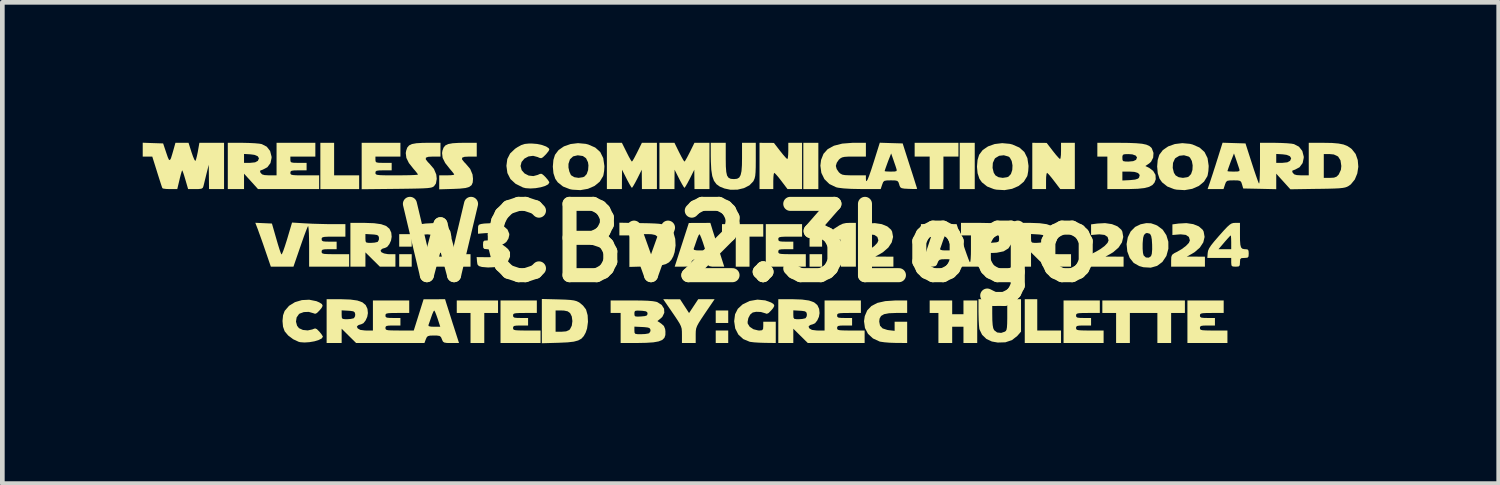
<source format=kicad_pcb>
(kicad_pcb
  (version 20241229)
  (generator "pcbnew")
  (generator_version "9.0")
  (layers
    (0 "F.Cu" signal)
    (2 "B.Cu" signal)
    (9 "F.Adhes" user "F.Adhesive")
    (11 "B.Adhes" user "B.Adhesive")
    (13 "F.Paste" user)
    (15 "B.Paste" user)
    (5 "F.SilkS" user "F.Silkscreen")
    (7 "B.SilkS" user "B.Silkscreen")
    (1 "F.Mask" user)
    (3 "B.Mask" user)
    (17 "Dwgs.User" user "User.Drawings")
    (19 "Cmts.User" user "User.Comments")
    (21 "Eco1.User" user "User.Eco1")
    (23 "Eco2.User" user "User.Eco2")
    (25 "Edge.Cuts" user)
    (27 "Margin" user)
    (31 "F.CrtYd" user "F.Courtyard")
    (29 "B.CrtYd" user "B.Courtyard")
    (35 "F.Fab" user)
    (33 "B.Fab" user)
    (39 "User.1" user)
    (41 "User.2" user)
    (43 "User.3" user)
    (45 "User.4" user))
  (footprint "WCBv2.3Logo"
    (layer "F.Cu")
    (at 12.967 2.141)
    (property "Reference" "WCBv2.3Logo" (at 0 0 0) (layer "F.SilkS") (effects (font (size 1.524 1.524) (thickness 0.3))))
    (attr board_only exclude_from_pos_files exclude_from_bom)
    (fp_poly (pts (xy -7.219 0.08) (xy -7.486 0.08) (xy -7.486 -0.187) (xy -7.219 -0.187)) (stroke (width 0) (type solid)) (fill yes) (layer "F.SilkS"))
    (fp_poly (pts (xy -7.219 0.508) (xy -7.486 0.508) (xy -7.486 0.241) (xy -7.219 0.241)) (stroke (width 0) (type solid)) (fill yes) (layer "F.SilkS"))
    (fp_poly (pts (xy -5.962 0.508) (xy -6.23 0.508) (xy -6.23 0.241) (xy -5.962 0.241)) (stroke (width 0) (type solid)) (fill yes) (layer "F.SilkS"))
    (fp_poly (pts (xy -0.455 1.711) (xy -0.722 1.711) (xy -0.722 1.444) (xy -0.455 1.444)) (stroke (width 0) (type solid)) (fill yes) (layer "F.SilkS"))
    (fp_poly (pts (xy -0.455 2.139) (xy -0.722 2.139) (xy -0.722 1.872) (xy -0.455 1.872)) (stroke (width 0) (type solid)) (fill yes) (layer "F.SilkS"))
    (fp_poly (pts (xy 1.471 -1.15) (xy 1.15 -1.15) (xy 1.15 -2.139) (xy 1.471 -2.139)) (stroke (width 0) (type solid)) (fill yes) (layer "F.SilkS"))
    (fp_poly (pts (xy 1.551 0.08) (xy 1.283 0.08) (xy 1.283 -0.187) (xy 1.551 -0.187)) (stroke (width 0) (type solid)) (fill yes) (layer "F.SilkS"))
    (fp_poly (pts (xy 1.551 0.508) (xy 1.283 0.508) (xy 1.283 0.241) (xy 1.551 0.241)) (stroke (width 0) (type solid)) (fill yes) (layer "F.SilkS"))
    (fp_poly (pts (xy 4.813 -1.15) (xy 4.492 -1.15) (xy 4.492 -2.139) (xy 4.813 -2.139)) (stroke (width 0) (type solid)) (fill yes) (layer "F.SilkS"))
    (fp_poly (pts (xy -8.877 -1.444) (xy -8.342 -1.444) (xy -8.342 -1.15) (xy -9.171 -1.15) (xy -9.171 -2.139) (xy -8.877 -2.139)) (stroke (width 0) (type solid)) (fill yes) (layer "F.SilkS"))
    (fp_poly (pts (xy 6.149 1.872) (xy 6.657 1.872) (xy 6.657 2.139) (xy 5.882 2.139) (xy 5.882 1.203) (xy 6.149 1.203)) (stroke (width 0) (type solid)) (fill yes) (layer "F.SilkS"))
    (fp_poly (pts (xy -5.374 1.497) (xy -5.668 1.497) (xy -5.668 2.139) (xy -5.962 2.139) (xy -5.962 1.497) (xy -6.256 1.497) (xy -6.256 1.23) (xy -5.374 1.23)) (stroke (width 0) (type solid)) (fill yes) (layer "F.SilkS"))
    (fp_poly (pts (xy 0.294 -0.134) (xy 0 -0.134) (xy 0 0.508) (xy -0.294 0.508) (xy -0.294 -0.134) (xy -0.588 -0.134) (xy -0.588 -0.401) (xy 0.294 -0.401)) (stroke (width 0) (type solid)) (fill yes) (layer "F.SilkS"))
    (fp_poly (pts (xy 4.465 -1.845) (xy 4.144 -1.845) (xy 4.144 -1.15) (xy 3.85 -1.15) (xy 3.85 -1.845) (xy 3.529 -1.845) (xy 3.529 -2.139) (xy 4.465 -2.139)) (stroke (width 0) (type solid)) (fill yes) (layer "F.SilkS"))
    (fp_poly (pts (xy 9.304 1.497) (xy 9.01 1.497) (xy 9.01 2.139) (xy 8.716 2.139) (xy 8.716 1.497) (xy 8.128 1.497) (xy 8.128 2.139) (xy 7.834 2.139) (xy 7.834 1.497) (xy 7.54 1.497) (xy 7.54 1.23) (xy 9.304 1.23)) (stroke (width 0) (type solid)) (fill yes) (layer "F.SilkS"))
    (fp_poly (pts (xy 4.331 1.524) (xy 4.572 1.524) (xy 4.572 1.23) (xy 4.866 1.23) (xy 4.866 2.139) (xy 4.572 2.139) (xy 4.572 1.791) (xy 4.331 1.791) (xy 4.331 2.139) (xy 4.037 2.139) (xy 4.037 1.497) (xy 3.85 1.497) (xy 3.85 1.23) (xy 4.331 1.23)) (stroke (width 0) (type solid)) (fill yes) (layer "F.SilkS"))
    (fp_poly (pts (xy 2.273 0.508) (xy 1.952 0.508) (xy 1.952 0.214) (xy 1.95 0.096) (xy 1.946 0.000201) (xy 1.941 -0.062) (xy 1.935 -0.08) (xy 1.903 -0.067) (xy 1.846 -0.035) (xy 1.828 -0.024) (xy 1.737 0.032) (xy 1.697 -0.064) (xy 1.672 -0.13) (xy 1.658 -0.175) (xy 1.658 -0.18) (xy 1.678 -0.204) (xy 1.733 -0.248) (xy 1.81 -0.304) (xy 1.825 -0.314) (xy 1.92 -0.375) (xy 1.993 -0.41) (xy 2.063 -0.425) (xy 2.132 -0.428) (xy 2.273 -0.428)) (stroke (width 0) (type solid)) (fill yes) (layer "F.SilkS"))
    (fp_poly (pts (xy 6.952 -1.15) (xy 6.641 -1.15) (xy 6.509 -1.323) (xy 6.446 -1.404) (xy 6.394 -1.465) (xy 6.362 -1.495) (xy 6.357 -1.497) (xy 6.347 -1.473) (xy 6.339 -1.409) (xy 6.337 -1.323) (xy 6.337 -1.15) (xy 6.043 -1.15) (xy 6.043 -2.139) (xy 6.35 -2.137) (xy 6.483 -1.964) (xy 6.547 -1.884) (xy 6.6 -1.824) (xy 6.633 -1.793) (xy 6.637 -1.791) (xy 6.647 -1.816) (xy 6.655 -1.88) (xy 6.657 -1.965) (xy 6.657 -2.139) (xy 6.952 -2.139)) (stroke (width 0) (type solid)) (fill yes) (layer "F.SilkS"))
    (fp_poly (pts (xy -0.948 1.5) (xy -1.029 1.621) (xy -1.085 1.709) (xy -1.12 1.774) (xy -1.14 1.829) (xy -1.148 1.883) (xy -1.15 1.949) (xy -1.15 1.968) (xy -1.15 2.139) (xy -1.444 2.139) (xy -1.444 1.962) (xy -1.445 1.89) (xy -1.45 1.832) (xy -1.466 1.779) (xy -1.496 1.718) (xy -1.546 1.639) (xy -1.619 1.53) (xy -1.644 1.494) (xy -1.844 1.203) (xy -1.664 1.204) (xy -1.484 1.204) (xy -1.292 1.499) (xy -1.194 1.351) (xy -1.096 1.203) (xy -0.746 1.203)) (stroke (width 0) (type solid)) (fill yes) (layer "F.SilkS"))
    (fp_poly (pts (xy 1.123 -1.15) (xy 0.812 -1.15) (xy 0.681 -1.323) (xy 0.618 -1.404) (xy 0.565 -1.465) (xy 0.533 -1.495) (xy 0.529 -1.497) (xy 0.518 -1.473) (xy 0.511 -1.409) (xy 0.508 -1.323) (xy 0.508 -1.15) (xy 0.214 -1.15) (xy 0.214 -2.139) (xy 0.368 -2.138) (xy 0.521 -2.137) (xy 0.655 -1.964) (xy 0.719 -1.884) (xy 0.772 -1.824) (xy 0.804 -1.793) (xy 0.808 -1.791) (xy 0.819 -1.816) (xy 0.826 -1.88) (xy 0.829 -1.965) (xy 0.829 -2.139) (xy 1.123 -2.139)) (stroke (width 0) (type solid)) (fill yes) (layer "F.SilkS"))
    (fp_poly (pts (xy -4.545 1.497) (xy -4.799 1.497) (xy -4.917 1.498) (xy -4.992 1.502) (xy -5.033 1.511) (xy -5.05 1.527) (xy -5.053 1.551) (xy -5.047 1.581) (xy -5.022 1.597) (xy -4.964 1.603) (xy -4.893 1.604) (xy -4.732 1.604) (xy -4.732 1.765) (xy -4.893 1.765) (xy -4.982 1.767) (xy -5.031 1.775) (xy -5.05 1.794) (xy -5.053 1.818) (xy -5.05 1.842) (xy -5.034 1.857) (xy -4.995 1.866) (xy -4.925 1.87) (xy -4.815 1.872) (xy -4.759 1.872) (xy -4.465 1.872) (xy -4.465 2.139) (xy -5.321 2.139) (xy -5.321 1.23) (xy -4.545 1.23)) (stroke (width 0) (type solid)) (fill yes) (layer "F.SilkS"))
    (fp_poly (pts (xy 1.123 -0.134) (xy 0.869 -0.134) (xy 0.751 -0.133) (xy 0.676 -0.129) (xy 0.636 -0.12) (xy 0.618 -0.104) (xy 0.615 -0.08) (xy 0.621 -0.05) (xy 0.647 -0.034) (xy 0.704 -0.028) (xy 0.775 -0.027) (xy 0.936 -0.027) (xy 0.936 0.134) (xy 0.775 0.134) (xy 0.686 0.136) (xy 0.637 0.144) (xy 0.618 0.163) (xy 0.615 0.187) (xy 0.618 0.211) (xy 0.635 0.226) (xy 0.673 0.235) (xy 0.743 0.239) (xy 0.854 0.241) (xy 0.909 0.241) (xy 1.203 0.241) (xy 1.203 0.508) (xy 0.348 0.508) (xy 0.348 -0.401) (xy 1.123 -0.401)) (stroke (width 0) (type solid)) (fill yes) (layer "F.SilkS"))
    (fp_poly (pts (xy 7.486 1.497) (xy 7.232 1.497) (xy 7.114 1.498) (xy 7.04 1.502) (xy 6.999 1.511) (xy 6.982 1.527) (xy 6.978 1.551) (xy 6.984 1.581) (xy 7.01 1.597) (xy 7.068 1.603) (xy 7.139 1.604) (xy 7.299 1.604) (xy 7.299 1.765) (xy 7.139 1.765) (xy 7.049 1.767) (xy 7.001 1.775) (xy 6.981 1.794) (xy 6.978 1.818) (xy 6.982 1.842) (xy 6.998 1.857) (xy 7.037 1.866) (xy 7.106 1.87) (xy 7.217 1.872) (xy 7.272 1.872) (xy 7.567 1.872) (xy 7.567 2.139) (xy 6.711 2.139) (xy 6.711 1.23) (xy 7.486 1.23)) (stroke (width 0) (type solid)) (fill yes) (layer "F.SilkS"))
    (fp_poly (pts (xy 10.133 1.497) (xy 9.879 1.497) (xy 9.761 1.498) (xy 9.687 1.502) (xy 9.646 1.511) (xy 9.629 1.527) (xy 9.625 1.551) (xy 9.631 1.581) (xy 9.657 1.597) (xy 9.715 1.603) (xy 9.786 1.604) (xy 9.946 1.604) (xy 9.946 1.765) (xy 9.786 1.765) (xy 9.696 1.767) (xy 9.648 1.775) (xy 9.628 1.794) (xy 9.625 1.818) (xy 9.629 1.842) (xy 9.645 1.857) (xy 9.683 1.866) (xy 9.753 1.87) (xy 9.864 1.872) (xy 9.919 1.872) (xy 10.213 1.872) (xy 10.213 2.139) (xy 9.358 2.139) (xy 9.358 1.23) (xy 10.133 1.23)) (stroke (width 0) (type solid)) (fill yes) (layer "F.SilkS"))
    (fp_poly (pts (xy -2.627 -1.938) (xy -2.581 -1.847) (xy -2.542 -1.777) (xy -2.517 -1.741) (xy -2.513 -1.738) (xy -2.495 -1.76) (xy -2.461 -1.819) (xy -2.416 -1.905) (xy -2.399 -1.938) (xy -2.3 -2.139) (xy -1.979 -2.139) (xy -1.979 -1.15) (xy -2.299 -1.15) (xy -2.301 -1.357) (xy -2.303 -1.564) (xy -2.4 -1.37) (xy -2.447 -1.281) (xy -2.486 -1.213) (xy -2.51 -1.179) (xy -2.513 -1.176) (xy -2.531 -1.199) (xy -2.566 -1.257) (xy -2.612 -1.342) (xy -2.626 -1.37) (xy -2.724 -1.564) (xy -2.726 -1.357) (xy -2.727 -1.15) (xy -3.048 -1.15) (xy -3.048 -2.139) (xy -2.727 -2.139)) (stroke (width 0) (type solid)) (fill yes) (layer "F.SilkS"))
    (fp_poly (pts (xy -1.505 -1.938) (xy -1.458 -1.847) (xy -1.419 -1.777) (xy -1.394 -1.741) (xy -1.39 -1.738) (xy -1.372 -1.76) (xy -1.338 -1.819) (xy -1.293 -1.905) (xy -1.276 -1.938) (xy -1.177 -2.139) (xy -0.856 -2.139) (xy -0.856 -1.15) (xy -1.176 -1.15) (xy -1.178 -1.357) (xy -1.18 -1.564) (xy -1.277 -1.37) (xy -1.324 -1.281) (xy -1.363 -1.213) (xy -1.387 -1.179) (xy -1.39 -1.176) (xy -1.408 -1.199) (xy -1.443 -1.257) (xy -1.489 -1.342) (xy -1.503 -1.37) (xy -1.601 -1.564) (xy -1.603 -1.357) (xy -1.604 -1.15) (xy -1.925 -1.15) (xy -1.925 -2.139) (xy -1.604 -2.139)) (stroke (width 0) (type solid)) (fill yes) (layer "F.SilkS"))
    (fp_poly (pts (xy -6.612 -0.401) (xy -6.494 -0.353) (xy -6.413 -0.282) (xy -6.391 -0.242) (xy -6.37 -0.128) (xy -6.399 -0.011) (xy -6.472 0.1) (xy -6.586 0.199) (xy -6.656 0.241) (xy -6.751 0.292) (xy -6.557 0.293) (xy -6.363 0.294) (xy -6.363 0.508) (xy -7.085 0.508) (xy -7.085 0.38) (xy -7.082 0.301) (xy -7.065 0.255) (xy -7.021 0.221) (xy -6.971 0.196) (xy -6.86 0.133) (xy -6.769 0.065) (xy -6.707 -0.000488) (xy -6.684 -0.054) (xy -6.706 -0.128) (xy -6.772 -0.171) (xy -6.88 -0.183) (xy -6.916 -0.181) (xy -7.059 -0.169) (xy -7.059 -0.396) (xy -6.925 -0.414) (xy -6.759 -0.423)) (stroke (width 0) (type solid)) (fill yes) (layer "F.SilkS"))
    (fp_poly (pts (xy 2.826 -0.401) (xy 2.944 -0.353) (xy 3.025 -0.282) (xy 3.047 -0.242) (xy 3.068 -0.128) (xy 3.039 -0.011) (xy 2.966 0.1) (xy 2.852 0.199) (xy 2.782 0.241) (xy 2.687 0.292) (xy 2.881 0.293) (xy 3.075 0.294) (xy 3.075 0.508) (xy 2.353 0.508) (xy 2.353 0.38) (xy 2.356 0.301) (xy 2.373 0.255) (xy 2.417 0.221) (xy 2.467 0.196) (xy 2.578 0.133) (xy 2.669 0.065) (xy 2.731 -0.000488) (xy 2.754 -0.054) (xy 2.732 -0.128) (xy 2.666 -0.171) (xy 2.558 -0.183) (xy 2.522 -0.181) (xy 2.38 -0.169) (xy 2.38 -0.396) (xy 2.513 -0.414) (xy 2.679 -0.423)) (stroke (width 0) (type solid)) (fill yes) (layer "F.SilkS"))
    (fp_poly (pts (xy 7.746 -0.401) (xy 7.864 -0.353) (xy 7.945 -0.282) (xy 7.967 -0.242) (xy 7.987 -0.128) (xy 7.959 -0.011) (xy 7.886 0.1) (xy 7.772 0.199) (xy 7.702 0.241) (xy 7.607 0.292) (xy 7.8 0.293) (xy 7.994 0.294) (xy 7.994 0.508) (xy 7.272 0.508) (xy 7.272 0.38) (xy 7.275 0.301) (xy 7.292 0.255) (xy 7.337 0.221) (xy 7.387 0.196) (xy 7.497 0.133) (xy 7.589 0.065) (xy 7.651 -0.000488) (xy 7.673 -0.054) (xy 7.652 -0.128) (xy 7.586 -0.171) (xy 7.478 -0.183) (xy 7.441 -0.181) (xy 7.299 -0.169) (xy 7.299 -0.396) (xy 7.432 -0.414) (xy 7.599 -0.423)) (stroke (width 0) (type solid)) (fill yes) (layer "F.SilkS"))
    (fp_poly (pts (xy 9.483 -0.401) (xy 9.602 -0.353) (xy 9.683 -0.282) (xy 9.705 -0.242) (xy 9.725 -0.128) (xy 9.697 -0.011) (xy 9.624 0.1) (xy 9.51 0.199) (xy 9.44 0.241) (xy 9.345 0.292) (xy 9.538 0.293) (xy 9.732 0.294) (xy 9.732 0.508) (xy 9.01 0.508) (xy 9.01 0.38) (xy 9.013 0.301) (xy 9.03 0.255) (xy 9.075 0.221) (xy 9.125 0.196) (xy 9.235 0.133) (xy 9.326 0.065) (xy 9.389 -0.000488) (xy 9.411 -0.054) (xy 9.389 -0.128) (xy 9.324 -0.171) (xy 9.216 -0.183) (xy 9.179 -0.181) (xy 9.037 -0.169) (xy 9.037 -0.396) (xy 9.17 -0.414) (xy 9.337 -0.423)) (stroke (width 0) (type solid)) (fill yes) (layer "F.SilkS"))
    (fp_poly (pts (xy 3.369 1.497) (xy 3.131 1.497) (xy 2.981 1.503) (xy 2.876 1.523) (xy 2.811 1.561) (xy 2.779 1.619) (xy 2.772 1.682) (xy 2.789 1.769) (xy 2.844 1.827) (xy 2.942 1.859) (xy 2.978 1.865) (xy 3.101 1.879) (xy 3.101 1.684) (xy 3.369 1.684) (xy 3.369 2.139) (xy 3.122 2.137) (xy 3 2.133) (xy 2.887 2.124) (xy 2.803 2.112) (xy 2.782 2.108) (xy 2.639 2.042) (xy 2.532 1.943) (xy 2.467 1.818) (xy 2.447 1.673) (xy 2.463 1.564) (xy 2.516 1.441) (xy 2.605 1.348) (xy 2.732 1.282) (xy 2.901 1.244) (xy 3.115 1.23) (xy 3.133 1.23) (xy 3.369 1.23)) (stroke (width 0) (type solid)) (fill yes) (layer "F.SilkS"))
    (fp_poly (pts (xy 5.187 1.505) (xy 5.189 1.651) (xy 5.196 1.754) (xy 5.208 1.822) (xy 5.228 1.865) (xy 5.229 1.866) (xy 5.292 1.914) (xy 5.378 1.923) (xy 5.456 1.897) (xy 5.478 1.881) (xy 5.492 1.854) (xy 5.501 1.806) (xy 5.506 1.728) (xy 5.508 1.611) (xy 5.508 1.536) (xy 5.508 1.203) (xy 5.802 1.203) (xy 5.802 1.896) (xy 5.722 1.988) (xy 5.609 2.077) (xy 5.468 2.124) (xy 5.304 2.129) (xy 5.179 2.107) (xy 5.062 2.052) (xy 4.97 1.963) (xy 4.916 1.852) (xy 4.91 1.827) (xy 4.903 1.754) (xy 4.897 1.647) (xy 4.894 1.523) (xy 4.893 1.464) (xy 4.893 1.203) (xy 5.187 1.203)) (stroke (width 0) (type solid)) (fill yes) (layer "F.SilkS"))
    (fp_poly (pts (xy -5.829 -1.845) (xy -5.989 -1.845) (xy -6.09 -1.84) (xy -6.141 -1.821) (xy -6.143 -1.785) (xy -6.099 -1.728) (xy -6.067 -1.696) (xy -5.969 -1.581) (xy -5.919 -1.462) (xy -5.909 -1.369) (xy -5.915 -1.291) (xy -5.939 -1.235) (xy -5.989 -1.197) (xy -6.071 -1.173) (xy -6.192 -1.16) (xy -6.326 -1.154) (xy -6.631 -1.145) (xy -6.631 -1.444) (xy -6.47 -1.444) (xy -6.386 -1.446) (xy -6.328 -1.453) (xy -6.31 -1.461) (xy -6.326 -1.488) (xy -6.369 -1.541) (xy -6.404 -1.582) (xy -6.503 -1.707) (xy -6.558 -1.817) (xy -6.57 -1.92) (xy -6.562 -1.971) (xy -6.538 -2.037) (xy -6.5 -2.083) (xy -6.437 -2.113) (xy -6.343 -2.13) (xy -6.209 -2.138) (xy -6.116 -2.139) (xy -5.829 -2.139)) (stroke (width 0) (type solid)) (fill yes) (layer "F.SilkS"))
    (fp_poly (pts (xy -0.508 -1.796) (xy -0.506 -1.634) (xy -0.497 -1.517) (xy -0.48 -1.44) (xy -0.449 -1.393) (xy -0.403 -1.37) (xy -0.338 -1.364) (xy -0.327 -1.364) (xy -0.265 -1.371) (xy -0.22 -1.397) (xy -0.19 -1.45) (xy -0.171 -1.535) (xy -0.162 -1.661) (xy -0.16 -1.811) (xy -0.16 -2.139) (xy 0.134 -2.139) (xy 0.134 -1.771) (xy 0.133 -1.619) (xy 0.129 -1.51) (xy 0.122 -1.433) (xy 0.109 -1.378) (xy 0.09 -1.334) (xy 0.08 -1.315) (xy -0.001 -1.231) (xy -0.118 -1.171) (xy -0.257 -1.138) (xy -0.407 -1.136) (xy -0.536 -1.163) (xy -0.633 -1.202) (xy -0.707 -1.255) (xy -0.76 -1.328) (xy -0.796 -1.428) (xy -0.817 -1.564) (xy -0.826 -1.741) (xy -0.828 -1.852) (xy -0.829 -2.139) (xy -0.508 -2.139)) (stroke (width 0) (type solid)) (fill yes) (layer "F.SilkS"))
    (fp_poly (pts (xy -4.084 1.207) (xy -3.935 1.212) (xy -3.828 1.219) (xy -3.753 1.229) (xy -3.697 1.244) (xy -3.65 1.266) (xy -3.632 1.277) (xy -3.558 1.339) (xy -3.5 1.414) (xy -3.492 1.428) (xy -3.459 1.546) (xy -3.452 1.687) (xy -3.471 1.828) (xy -3.501 1.917) (xy -3.542 1.991) (xy -3.592 2.046) (xy -3.66 2.084) (xy -3.755 2.11) (xy -3.885 2.125) (xy -4.058 2.133) (xy -4.084 2.134) (xy -4.438 2.144) (xy -4.438 1.898) (xy -4.144 1.898) (xy -4.015 1.898) (xy -3.918 1.89) (xy -3.855 1.862) (xy -3.837 1.845) (xy -3.798 1.769) (xy -3.785 1.67) (xy -3.798 1.572) (xy -3.834 1.5) (xy -3.886 1.462) (xy -3.963 1.446) (xy -4.015 1.444) (xy -4.144 1.444) (xy -4.144 1.898) (xy -4.438 1.898) (xy -4.438 1.198)) (stroke (width 0) (type solid)) (fill yes) (layer "F.SilkS"))
    (fp_poly (pts (xy -2.319 -0.423) (xy -2.15 -0.42) (xy -2.024 -0.415) (xy -1.934 -0.409) (xy -1.869 -0.399) (xy -1.822 -0.385) (xy -1.782 -0.366) (xy -1.761 -0.354) (xy -1.687 -0.292) (xy -1.628 -0.217) (xy -1.62 -0.203) (xy -1.587 -0.085) (xy -1.58 0.056) (xy -1.6 0.197) (xy -1.629 0.286) (xy -1.67 0.36) (xy -1.72 0.415) (xy -1.788 0.453) (xy -1.883 0.479) (xy -2.013 0.494) (xy -2.187 0.502) (xy -2.212 0.503) (xy -2.567 0.513) (xy -2.567 0.267) (xy -2.273 0.267) (xy -2.143 0.267) (xy -2.046 0.259) (xy -1.984 0.231) (xy -1.965 0.214) (xy -1.927 0.138) (xy -1.914 0.039) (xy -1.926 -0.059) (xy -1.963 -0.131) (xy -2.015 -0.169) (xy -2.091 -0.185) (xy -2.143 -0.187) (xy -2.273 -0.187) (xy -2.273 0.267) (xy -2.567 0.267) (xy -2.567 -0.16) (xy -2.781 -0.16) (xy -2.781 -0.432)) (stroke (width 0) (type solid)) (fill yes) (layer "F.SilkS"))
    (fp_poly (pts (xy 0.336 1.228) (xy 0.461 1.273) (xy 0.515 1.308) (xy 0.53 1.344) (xy 0.505 1.393) (xy 0.459 1.447) (xy 0.407 1.499) (xy 0.369 1.515) (xy 0.328 1.501) (xy 0.328 1.501) (xy 0.243 1.476) (xy 0.142 1.472) (xy 0.068 1.487) (xy 0.015 1.531) (xy -0.025 1.606) (xy -0.041 1.688) (xy -0.038 1.725) (xy 0.005 1.793) (xy 0.084 1.845) (xy 0.184 1.87) (xy 0.213 1.872) (xy 0.267 1.866) (xy 0.29 1.84) (xy 0.294 1.778) (xy 0.294 1.684) (xy 0.561 1.684) (xy 0.561 2.139) (xy 0.328 2.136) (xy 0.208 2.132) (xy 0.099 2.125) (xy 0.018 2.115) (xy 0.003 2.112) (xy -0.134 2.055) (xy -0.239 1.958) (xy -0.305 1.829) (xy -0.328 1.674) (xy -0.328 1.673) (xy -0.309 1.525) (xy -0.25 1.408) (xy -0.148 1.314) (xy 0.003 1.241) (xy 0.169 1.212)) (stroke (width 0) (type solid)) (fill yes) (layer "F.SilkS"))
    (fp_poly (pts (xy -8.023 -0.421) (xy -7.872 -0.4) (xy -7.764 -0.361) (xy -7.694 -0.302) (xy -7.656 -0.221) (xy -7.647 -0.131) (xy -7.661 -0.051) (xy -7.696 0.026) (xy -7.743 0.085) (xy -7.789 0.107) (xy -7.838 0.121) (xy -7.859 0.132) (xy -7.885 0.166) (xy -7.866 0.199) (xy -7.811 0.225) (xy -7.729 0.24) (xy -7.697 0.241) (xy -7.567 0.241) (xy -7.567 0.508) (xy -7.899 0.508) (xy -8.054 0.355) (xy -8.208 0.202) (xy -8.208 0.508) (xy -8.529 0.508) (xy -8.529 -0.19) (xy -8.208 -0.19) (xy -8.208 -0.095) (xy -8.205 -0.035) (xy -8.187 -0.008) (xy -8.138 -0.001) (xy -8.095 -0.00041) (xy -8.015 -0.006) (xy -7.956 -0.019) (xy -7.945 -0.023) (xy -7.921 -0.065) (xy -7.918 -0.11) (xy -7.93 -0.148) (xy -7.959 -0.169) (xy -8.022 -0.179) (xy -8.068 -0.182) (xy -8.208 -0.19) (xy -8.529 -0.19) (xy -8.529 -0.428) (xy -8.221 -0.428)) (stroke (width 0) (type solid)) (fill yes) (layer "F.SilkS"))
    (fp_poly (pts (xy 6.201 -0.421) (xy 6.352 -0.4) (xy 6.46 -0.361) (xy 6.53 -0.302) (xy 6.568 -0.221) (xy 6.577 -0.131) (xy 6.563 -0.051) (xy 6.528 0.026) (xy 6.481 0.085) (xy 6.435 0.107) (xy 6.386 0.121) (xy 6.365 0.132) (xy 6.341 0.159) (xy 6.359 0.196) (xy 6.362 0.198) (xy 6.393 0.22) (xy 6.45 0.233) (xy 6.542 0.24) (xy 6.634 0.241) (xy 6.871 0.241) (xy 6.871 0.508) (xy 6.325 0.508) (xy 6.17 0.355) (xy 6.016 0.202) (xy 6.016 0.508) (xy 5.695 0.508) (xy 5.695 -0.19) (xy 6.016 -0.19) (xy 6.016 -0.095) (xy 6.019 -0.035) (xy 6.037 -0.008) (xy 6.086 -0.001) (xy 6.129 -0.00041) (xy 6.209 -0.006) (xy 6.268 -0.019) (xy 6.279 -0.023) (xy 6.303 -0.065) (xy 6.306 -0.11) (xy 6.294 -0.148) (xy 6.265 -0.169) (xy 6.202 -0.179) (xy 6.156 -0.182) (xy 6.016 -0.19) (xy 5.695 -0.19) (xy 5.695 -0.428) (xy 6.003 -0.428)) (stroke (width 0) (type solid)) (fill yes) (layer "F.SilkS"))
    (fp_poly (pts (xy 8.581 -0.419) (xy 8.686 -0.383) (xy 8.717 -0.368) (xy 8.83 -0.283) (xy 8.908 -0.165) (xy 8.95 -0.026) (xy 8.951 0.124) (xy 8.91 0.274) (xy 8.907 0.281) (xy 8.823 0.407) (xy 8.71 0.491) (xy 8.574 0.529) (xy 8.419 0.52) (xy 8.329 0.495) (xy 8.21 0.428) (xy 8.125 0.321) (xy 8.073 0.182) (xy 8.068 0.126) (xy 8.401 0.126) (xy 8.408 0.213) (xy 8.422 0.267) (xy 8.422 0.267) (xy 8.471 0.312) (xy 8.534 0.315) (xy 8.58 0.283) (xy 8.597 0.233) (xy 8.605 0.138) (xy 8.604 0.039) (xy 8.597 -0.074) (xy 8.584 -0.145) (xy 8.564 -0.185) (xy 8.549 -0.198) (xy 8.491 -0.213) (xy 8.456 -0.198) (xy 8.429 -0.167) (xy 8.412 -0.11) (xy 8.403 -0.014) (xy 8.401 0.022) (xy 8.401 0.126) (xy 8.068 0.126) (xy 8.058 0.026) (xy 8.084 -0.12) (xy 8.146 -0.246) (xy 8.241 -0.342) (xy 8.357 -0.398) (xy 8.48 -0.423)) (stroke (width 0) (type solid)) (fill yes) (layer "F.SilkS"))
    (fp_poly (pts (xy -9.255 1.245) (xy -9.191 1.273) (xy -9.137 1.308) (xy -9.122 1.344) (xy -9.147 1.393) (xy -9.193 1.447) (xy -9.245 1.499) (xy -9.283 1.515) (xy -9.324 1.501) (xy -9.324 1.501) (xy -9.419 1.474) (xy -9.524 1.478) (xy -9.613 1.51) (xy -9.628 1.521) (xy -9.678 1.592) (xy -9.692 1.682) (xy -9.669 1.769) (xy -9.628 1.822) (xy -9.544 1.86) (xy -9.44 1.87) (xy -9.342 1.849) (xy -9.324 1.841) (xy -9.283 1.827) (xy -9.245 1.843) (xy -9.193 1.895) (xy -9.193 1.895) (xy -9.146 1.953) (xy -9.119 1.997) (xy -9.117 2.005) (xy -9.142 2.042) (xy -9.207 2.075) (xy -9.298 2.103) (xy -9.404 2.121) (xy -9.51 2.128) (xy -9.604 2.121) (xy -9.635 2.113) (xy -9.751 2.059) (xy -9.858 1.979) (xy -9.933 1.89) (xy -9.934 1.889) (xy -9.969 1.79) (xy -9.98 1.668) (xy -9.968 1.546) (xy -9.934 1.453) (xy -9.84 1.344) (xy -9.714 1.266) (xy -9.565 1.222) (xy -9.409 1.214)) (stroke (width 0) (type solid)) (fill yes) (layer "F.SilkS"))
    (fp_poly (pts (xy -4.54 -2.115) (xy -4.433 -2.092) (xy -4.346 -2.06) (xy -4.291 -2.024) (xy -4.278 -1.997) (xy -4.295 -1.961) (xy -4.339 -1.906) (xy -4.362 -1.881) (xy -4.416 -1.829) (xy -4.453 -1.81) (xy -4.493 -1.819) (xy -4.526 -1.835) (xy -4.624 -1.861) (xy -4.724 -1.848) (xy -4.81 -1.802) (xy -4.871 -1.73) (xy -4.893 -1.644) (xy -4.869 -1.554) (xy -4.807 -1.484) (xy -4.719 -1.439) (xy -4.619 -1.428) (xy -4.526 -1.453) (xy -4.475 -1.476) (xy -4.438 -1.475) (xy -4.396 -1.442) (xy -4.362 -1.408) (xy -4.311 -1.349) (xy -4.281 -1.303) (xy -4.278 -1.292) (xy -4.302 -1.252) (xy -4.368 -1.217) (xy -4.461 -1.189) (xy -4.57 -1.17) (xy -4.682 -1.163) (xy -4.784 -1.17) (xy -4.842 -1.185) (xy -5 -1.264) (xy -5.109 -1.365) (xy -5.174 -1.493) (xy -5.195 -1.648) (xy -5.176 -1.793) (xy -5.116 -1.911) (xy -5.01 -2.012) (xy -4.96 -2.045) (xy -4.877 -2.091) (xy -4.802 -2.115) (xy -4.711 -2.124) (xy -4.654 -2.124)) (stroke (width 0) (type solid)) (fill yes) (layer "F.SilkS"))
    (fp_poly (pts (xy 5.563 -2.117) (xy 5.618 -2.103) (xy 5.767 -2.038) (xy 5.874 -1.942) (xy 5.938 -1.813) (xy 5.962 -1.65) (xy 5.962 -1.631) (xy 5.956 -1.536) (xy 5.941 -1.45) (xy 5.934 -1.425) (xy 5.862 -1.308) (xy 5.752 -1.217) (xy 5.611 -1.156) (xy 5.449 -1.128) (xy 5.277 -1.138) (xy 5.223 -1.149) (xy 5.079 -1.205) (xy 4.967 -1.294) (xy 4.913 -1.37) (xy 4.874 -1.489) (xy 4.863 -1.603) (xy 5.194 -1.603) (xy 5.219 -1.5) (xy 5.255 -1.443) (xy 5.321 -1.404) (xy 5.412 -1.39) (xy 5.504 -1.404) (xy 5.535 -1.417) (xy 5.586 -1.472) (xy 5.615 -1.558) (xy 5.62 -1.656) (xy 5.603 -1.75) (xy 5.563 -1.823) (xy 5.535 -1.845) (xy 5.435 -1.873) (xy 5.335 -1.862) (xy 5.253 -1.813) (xy 5.24 -1.798) (xy 5.2 -1.71) (xy 5.194 -1.603) (xy 4.863 -1.603) (xy 4.861 -1.631) (xy 4.873 -1.773) (xy 4.907 -1.883) (xy 4.983 -1.985) (xy 5.098 -2.063) (xy 5.24 -2.113) (xy 5.399 -2.132)) (stroke (width 0) (type solid)) (fill yes) (layer "F.SilkS"))
    (fp_poly (pts (xy 9.413 -2.117) (xy 9.468 -2.103) (xy 9.617 -2.038) (xy 9.724 -1.942) (xy 9.788 -1.813) (xy 9.812 -1.65) (xy 9.812 -1.631) (xy 9.806 -1.536) (xy 9.791 -1.45) (xy 9.784 -1.425) (xy 9.712 -1.308) (xy 9.602 -1.217) (xy 9.461 -1.156) (xy 9.3 -1.128) (xy 9.127 -1.138) (xy 9.073 -1.149) (xy 8.929 -1.205) (xy 8.817 -1.294) (xy 8.763 -1.37) (xy 8.724 -1.489) (xy 8.714 -1.603) (xy 9.044 -1.603) (xy 9.069 -1.5) (xy 9.105 -1.443) (xy 9.171 -1.404) (xy 9.262 -1.39) (xy 9.354 -1.404) (xy 9.385 -1.417) (xy 9.436 -1.472) (xy 9.465 -1.558) (xy 9.47 -1.656) (xy 9.453 -1.75) (xy 9.413 -1.823) (xy 9.385 -1.845) (xy 9.285 -1.873) (xy 9.185 -1.862) (xy 9.103 -1.813) (xy 9.09 -1.798) (xy 9.05 -1.71) (xy 9.044 -1.603) (xy 8.714 -1.603) (xy 8.711 -1.631) (xy 8.723 -1.773) (xy 8.757 -1.883) (xy 8.834 -1.985) (xy 8.948 -2.063) (xy 9.09 -2.113) (xy 9.249 -2.132)) (stroke (width 0) (type solid)) (fill yes) (layer "F.SilkS"))
    (fp_poly (pts (xy -3.501 -2.117) (xy -3.446 -2.103) (xy -3.297 -2.038) (xy -3.19 -1.942) (xy -3.126 -1.813) (xy -3.102 -1.65) (xy -3.101 -1.631) (xy -3.107 -1.536) (xy -3.122 -1.45) (xy -3.13 -1.425) (xy -3.201 -1.308) (xy -3.312 -1.217) (xy -3.453 -1.156) (xy -3.614 -1.128) (xy -3.787 -1.138) (xy -3.841 -1.149) (xy -3.985 -1.205) (xy -4.097 -1.294) (xy -4.151 -1.37) (xy -4.19 -1.489) (xy -4.203 -1.631) (xy -4.198 -1.689) (xy -3.869 -1.689) (xy -3.869 -1.61) (xy -3.85 -1.525) (xy -3.819 -1.455) (xy -3.809 -1.443) (xy -3.743 -1.404) (xy -3.652 -1.39) (xy -3.56 -1.404) (xy -3.529 -1.417) (xy -3.479 -1.471) (xy -3.449 -1.557) (xy -3.442 -1.658) (xy -3.452 -1.724) (xy -3.493 -1.809) (xy -3.561 -1.857) (xy -3.668 -1.872) (xy -3.673 -1.872) (xy -3.77 -1.849) (xy -3.837 -1.786) (xy -3.869 -1.689) (xy -4.198 -1.689) (xy -4.191 -1.773) (xy -4.157 -1.883) (xy -4.08 -1.985) (xy -3.966 -2.063) (xy -3.823 -2.113) (xy -3.665 -2.132)) (stroke (width 0) (type solid)) (fill yes) (layer "F.SilkS"))
    (fp_poly (pts (xy -0.806 -0.328) (xy -0.787 -0.265) (xy -0.755 -0.165) (xy -0.715 -0.039) (xy -0.67 0.101) (xy -0.658 0.14) (xy -0.54 0.508) (xy -0.709 0.508) (xy -0.801 0.507) (xy -0.854 0.498) (xy -0.883 0.478) (xy -0.901 0.438) (xy -0.905 0.428) (xy -0.925 0.381) (xy -0.955 0.357) (xy -1.009 0.349) (xy -1.076 0.348) (xy -1.16 0.35) (xy -1.206 0.362) (xy -1.233 0.391) (xy -1.248 0.428) (xy -1.269 0.472) (xy -1.296 0.496) (xy -1.347 0.506) (xy -1.435 0.508) (xy -1.439 0.508) (xy -1.599 0.508) (xy -1.476 0.127) (xy -1.194 0.127) (xy -1.186 0.148) (xy -1.135 0.159) (xy -1.074 0.16) (xy -0.941 0.16) (xy -0.997 -0.013) (xy -1.028 -0.1) (xy -1.054 -0.162) (xy -1.07 -0.187) (xy -1.07 -0.187) (xy -1.087 -0.164) (xy -1.113 -0.104) (xy -1.133 -0.047) (xy -1.162 0.038) (xy -1.185 0.103) (xy -1.194 0.127) (xy -1.476 0.127) (xy -1.448 0.041) (xy -1.297 -0.426) (xy -1.067 -0.427) (xy -0.837 -0.428)) (stroke (width 0) (type solid)) (fill yes) (layer "F.SilkS"))
    (fp_poly (pts (xy 10.481 -0.189) (xy 10.482 -0.053) (xy 10.489 0.039) (xy 10.504 0.095) (xy 10.53 0.123) (xy 10.57 0.133) (xy 10.591 0.134) (xy 10.643 0.139) (xy 10.664 0.167) (xy 10.668 0.227) (xy 10.664 0.29) (xy 10.641 0.316) (xy 10.582 0.321) (xy 10.574 0.321) (xy 10.512 0.325) (xy 10.486 0.348) (xy 10.481 0.407) (xy 10.481 0.414) (xy 10.477 0.477) (xy 10.453 0.503) (xy 10.394 0.508) (xy 10.387 0.508) (xy 10.325 0.504) (xy 10.299 0.481) (xy 10.294 0.422) (xy 10.294 0.414) (xy 10.294 0.321) (xy 9.783 0.321) (xy 9.791 0.217) (xy 9.799 0.168) (xy 9.814 0.134) (xy 10.022 0.134) (xy 10.294 0.134) (xy 10.294 -0.013) (xy 10.292 -0.094) (xy 10.288 -0.147) (xy 10.284 -0.16) (xy 10.263 -0.142) (xy 10.217 -0.092) (xy 10.155 -0.022) (xy 10.148 -0.013) (xy 10.022 0.134) (xy 9.814 0.134) (xy 9.821 0.117) (xy 9.862 0.054) (xy 9.927 -0.028) (xy 10.023 -0.139) (xy 10.039 -0.157) (xy 10.137 -0.267) (xy 10.208 -0.342) (xy 10.261 -0.389) (xy 10.302 -0.415) (xy 10.341 -0.426) (xy 10.38 -0.428) (xy 10.481 -0.428)) (stroke (width 0) (type solid)) (fill yes) (layer "F.SilkS"))
    (fp_poly (pts (xy -12.749 -2.133) (xy -12.531 -2.126) (xy -12.464 -1.926) (xy -12.431 -1.83) (xy -12.407 -1.778) (xy -12.386 -1.77) (xy -12.364 -1.808) (xy -12.337 -1.895) (xy -12.311 -1.985) (xy -12.268 -2.139) (xy -11.988 -2.139) (xy -11.925 -1.94) (xy -11.893 -1.848) (xy -11.865 -1.782) (xy -11.846 -1.753) (xy -11.842 -1.752) (xy -11.828 -1.783) (xy -11.81 -1.852) (xy -11.79 -1.945) (xy -11.789 -1.952) (xy -11.756 -2.139) (xy -11.229 -2.139) (xy -11.229 -1.15) (xy -11.55 -1.15) (xy -11.553 -1.41) (xy -11.556 -1.671) (xy -11.606 -1.471) (xy -11.632 -1.365) (xy -11.654 -1.274) (xy -11.669 -1.214) (xy -11.67 -1.21) (xy -11.684 -1.176) (xy -11.714 -1.158) (xy -11.775 -1.151) (xy -11.841 -1.15) (xy -11.997 -1.15) (xy -12.055 -1.35) (xy -12.083 -1.444) (xy -12.107 -1.515) (xy -12.122 -1.549) (xy -12.124 -1.551) (xy -12.134 -1.527) (xy -12.153 -1.463) (xy -12.176 -1.373) (xy -12.181 -1.35) (xy -12.229 -1.15) (xy -12.382 -1.15) (xy -12.467 -1.153) (xy -12.528 -1.161) (xy -12.547 -1.17) (xy -12.559 -1.202) (xy -12.583 -1.274) (xy -12.616 -1.377) (xy -12.655 -1.5) (xy -12.66 -1.517) (xy -12.763 -1.845) (xy -12.967 -1.845) (xy -12.967 -2.141)) (stroke (width 0) (type solid)) (fill yes) (layer "F.SilkS"))
    (fp_poly (pts (xy -5.365 -0.402) (xy -5.25 -0.355) (xy -5.172 -0.286) (xy -5.135 -0.198) (xy -5.133 -0.172) (xy -5.151 -0.095) (xy -5.193 -0.025) (xy -5.248 0.019) (xy -5.279 0.027) (xy -5.277 0.039) (xy -5.239 0.068) (xy -5.221 0.079) (xy -5.159 0.132) (xy -5.12 0.193) (xy -5.118 0.2) (xy -5.118 0.297) (xy -5.16 0.392) (xy -5.233 0.463) (xy -5.249 0.472) (xy -5.337 0.501) (xy -5.458 0.519) (xy -5.588 0.525) (xy -5.707 0.515) (xy -5.722 0.513) (xy -5.785 0.494) (xy -5.814 0.459) (xy -5.823 0.399) (xy -5.831 0.303) (xy -5.65 0.305) (xy -5.553 0.305) (xy -5.498 0.299) (xy -5.471 0.284) (xy -5.46 0.254) (xy -5.459 0.244) (xy -5.467 0.181) (xy -5.516 0.145) (xy -5.608 0.134) (xy -5.666 0.129) (xy -5.69 0.104) (xy -5.695 0.043) (xy -5.695 0.04) (xy -5.691 -0.023) (xy -5.668 -0.048) (xy -5.61 -0.053) (xy -5.605 -0.053) (xy -5.523 -0.067) (xy -5.474 -0.101) (xy -5.467 -0.148) (xy -5.483 -0.177) (xy -5.521 -0.203) (xy -5.586 -0.211) (xy -5.66 -0.208) (xy -5.802 -0.196) (xy -5.802 -0.296) (xy -5.799 -0.356) (xy -5.783 -0.388) (xy -5.738 -0.404) (xy -5.671 -0.414) (xy -5.507 -0.422)) (stroke (width 0) (type solid)) (fill yes) (layer "F.SilkS"))
    (fp_poly (pts (xy 7.894 -2.139) (xy 8.104 -2.137) (xy 8.267 -2.13) (xy 8.389 -2.119) (xy 8.479 -2.1) (xy 8.542 -2.073) (xy 8.584 -2.038) (xy 8.598 -2.019) (xy 8.633 -1.923) (xy 8.626 -1.822) (xy 8.581 -1.734) (xy 8.541 -1.698) (xy 8.459 -1.643) (xy 8.541 -1.604) (xy 8.626 -1.539) (xy 8.676 -1.454) (xy 8.681 -1.362) (xy 8.68 -1.357) (xy 8.654 -1.288) (xy 8.609 -1.236) (xy 8.539 -1.198) (xy 8.438 -1.172) (xy 8.299 -1.157) (xy 8.117 -1.151) (xy 8.014 -1.15) (xy 7.647 -1.15) (xy 7.647 -1.334) (xy 7.968 -1.334) (xy 8.132 -1.342) (xy 8.239 -1.353) (xy 8.301 -1.373) (xy 8.324 -1.395) (xy 8.339 -1.451) (xy 8.304 -1.493) (xy 8.223 -1.518) (xy 8.125 -1.524) (xy 7.968 -1.524) (xy 7.968 -1.334) (xy 7.647 -1.334) (xy 7.647 -1.818) (xy 7.968 -1.818) (xy 7.971 -1.77) (xy 7.989 -1.747) (xy 8.037 -1.739) (xy 8.098 -1.738) (xy 8.199 -1.747) (xy 8.258 -1.774) (xy 8.262 -1.778) (xy 8.281 -1.828) (xy 8.252 -1.867) (xy 8.181 -1.892) (xy 8.098 -1.898) (xy 8.02 -1.896) (xy 7.982 -1.885) (xy 7.969 -1.856) (xy 7.968 -1.818) (xy 7.647 -1.818) (xy 7.647 -1.845) (xy 7.433 -1.845) (xy 7.433 -2.139)) (stroke (width 0) (type solid)) (fill yes) (layer "F.SilkS"))
    (fp_poly (pts (xy -9.278 -1.845) (xy -9.812 -1.845) (xy -9.812 -1.778) (xy -9.809 -1.742) (xy -9.792 -1.722) (xy -9.749 -1.713) (xy -9.667 -1.711) (xy -9.639 -1.711) (xy -9.465 -1.711) (xy -9.465 -1.551) (xy -9.639 -1.551) (xy -9.733 -1.549) (xy -9.785 -1.542) (xy -9.808 -1.525) (xy -9.812 -1.497) (xy -9.809 -1.474) (xy -9.793 -1.459) (xy -9.756 -1.45) (xy -9.688 -1.445) (xy -9.58 -1.444) (xy -9.505 -1.444) (xy -9.197 -1.444) (xy -9.197 -1.15) (xy -10.503 -1.15) (xy -10.652 -1.315) (xy -10.802 -1.48) (xy -10.802 -1.15) (xy -11.149 -1.15) (xy -11.149 -1.901) (xy -10.802 -1.901) (xy -10.802 -1.711) (xy -10.671 -1.711) (xy -10.565 -1.722) (xy -10.506 -1.754) (xy -10.483 -1.808) (xy -10.509 -1.852) (xy -10.581 -1.882) (xy -10.664 -1.893) (xy -10.802 -1.901) (xy -11.149 -1.901) (xy -11.149 -2.139) (xy -10.835 -2.139) (xy -10.7 -2.136) (xy -10.575 -2.13) (xy -10.475 -2.121) (xy -10.422 -2.111) (xy -10.316 -2.056) (xy -10.245 -1.965) (xy -10.214 -1.844) (xy -10.213 -1.819) (xy -10.237 -1.706) (xy -10.304 -1.617) (xy -10.404 -1.564) (xy -10.41 -1.563) (xy -10.457 -1.545) (xy -10.458 -1.517) (xy -10.446 -1.495) (xy -10.415 -1.464) (xy -10.362 -1.449) (xy -10.271 -1.444) (xy -10.261 -1.444) (xy -10.107 -1.444) (xy -10.107 -2.139) (xy -9.278 -2.139)) (stroke (width 0) (type solid)) (fill yes) (layer "F.SilkS"))
    (fp_poly (pts (xy -7.46 -1.845) (xy -7.994 -1.845) (xy -7.994 -1.778) (xy -7.991 -1.742) (xy -7.974 -1.722) (xy -7.931 -1.713) (xy -7.849 -1.711) (xy -7.821 -1.711) (xy -7.647 -1.711) (xy -7.647 -1.551) (xy -7.821 -1.551) (xy -7.915 -1.549) (xy -7.967 -1.542) (xy -7.99 -1.525) (xy -7.994 -1.497) (xy -7.992 -1.478) (xy -7.98 -1.464) (xy -7.95 -1.454) (xy -7.896 -1.448) (xy -7.81 -1.445) (xy -7.685 -1.444) (xy -7.54 -1.444) (xy -7.391 -1.445) (xy -7.262 -1.447) (xy -7.163 -1.451) (xy -7.101 -1.456) (xy -7.085 -1.461) (xy -7.102 -1.488) (xy -7.144 -1.541) (xy -7.18 -1.582) (xy -7.279 -1.707) (xy -7.333 -1.817) (xy -7.346 -1.92) (xy -7.337 -1.971) (xy -7.314 -2.037) (xy -7.275 -2.083) (xy -7.213 -2.113) (xy -7.119 -2.13) (xy -6.984 -2.138) (xy -6.891 -2.139) (xy -6.604 -2.139) (xy -6.604 -1.845) (xy -6.764 -1.845) (xy -6.866 -1.84) (xy -6.916 -1.821) (xy -6.918 -1.785) (xy -6.874 -1.728) (xy -6.842 -1.696) (xy -6.744 -1.581) (xy -6.694 -1.462) (xy -6.684 -1.369) (xy -6.701 -1.27) (xy -6.74 -1.214) (xy -6.76 -1.199) (xy -6.787 -1.187) (xy -6.828 -1.178) (xy -6.887 -1.171) (xy -6.973 -1.166) (xy -7.091 -1.162) (xy -7.247 -1.159) (xy -7.448 -1.156) (xy -7.543 -1.155) (xy -8.288 -1.147) (xy -8.288 -2.139) (xy -7.46 -2.139)) (stroke (width 0) (type solid)) (fill yes) (layer "F.SilkS"))
    (fp_poly (pts (xy -2.319 1.231) (xy -2.173 1.236) (xy -2.067 1.245) (xy -1.994 1.258) (xy -1.966 1.268) (xy -1.876 1.327) (xy -1.826 1.406) (xy -1.821 1.493) (xy -1.861 1.577) (xy -1.893 1.609) (xy -1.968 1.67) (xy -1.886 1.725) (xy -1.829 1.776) (xy -1.803 1.841) (xy -1.797 1.89) (xy -1.798 1.969) (xy -1.819 2.029) (xy -1.865 2.074) (xy -1.942 2.105) (xy -2.055 2.125) (xy -2.21 2.135) (xy -2.413 2.139) (xy -2.426 2.139) (xy -2.754 2.139) (xy -2.754 1.789) (xy -2.46 1.789) (xy -2.46 1.87) (xy -2.457 1.918) (xy -2.441 1.942) (xy -2.396 1.95) (xy -2.319 1.951) (xy -2.232 1.947) (xy -2.165 1.936) (xy -2.143 1.928) (xy -2.117 1.886) (xy -2.117 1.855) (xy -2.131 1.826) (xy -2.168 1.809) (xy -2.241 1.8) (xy -2.293 1.797) (xy -2.46 1.789) (xy -2.754 1.789) (xy -2.754 1.511) (xy -2.46 1.511) (xy -2.457 1.551) (xy -2.438 1.571) (xy -2.391 1.575) (xy -2.319 1.572) (xy -2.236 1.564) (xy -2.194 1.55) (xy -2.18 1.523) (xy -2.179 1.511) (xy -2.187 1.479) (xy -2.218 1.461) (xy -2.286 1.451) (xy -2.319 1.449) (xy -2.401 1.446) (xy -2.443 1.453) (xy -2.458 1.475) (xy -2.46 1.511) (xy -2.754 1.511) (xy -2.754 1.497) (xy -2.968 1.497) (xy -2.968 1.23) (xy -2.512 1.23)) (stroke (width 0) (type solid)) (fill yes) (layer "F.SilkS"))
    (fp_poly (pts (xy -9.496 -0.418) (xy -9.338 -0.41) (xy -9.157 -0.405) (xy -8.985 -0.401) (xy -8.926 -0.401) (xy -8.636 -0.401) (xy -8.636 -0.134) (xy -8.89 -0.134) (xy -9.008 -0.133) (xy -9.083 -0.129) (xy -9.123 -0.12) (xy -9.141 -0.104) (xy -9.144 -0.08) (xy -9.138 -0.05) (xy -9.112 -0.034) (xy -9.055 -0.028) (xy -8.984 -0.027) (xy -8.823 -0.027) (xy -8.823 0.134) (xy -8.984 0.134) (xy -9.073 0.136) (xy -9.122 0.144) (xy -9.141 0.163) (xy -9.144 0.187) (xy -9.141 0.211) (xy -9.124 0.226) (xy -9.086 0.235) (xy -9.016 0.239) (xy -8.905 0.241) (xy -8.85 0.241) (xy -8.556 0.241) (xy -8.556 0.508) (xy -9.411 0.508) (xy -9.411 0.061) (xy -9.413 -0.087) (xy -9.416 -0.21) (xy -9.422 -0.301) (xy -9.429 -0.352) (xy -9.434 -0.36) (xy -9.45 -0.327) (xy -9.48 -0.252) (xy -9.52 -0.145) (xy -9.566 -0.014) (xy -9.601 0.087) (xy -9.746 0.508) (xy -9.988 0.508) (xy -10.229 0.508) (xy -10.346 0.167) (xy -10.394 0.027) (xy -10.441 -0.106) (xy -10.482 -0.219) (xy -10.51 -0.298) (xy -10.512 -0.302) (xy -10.561 -0.43) (xy -10.206 -0.414) (xy -10.114 -0.094) (xy -10.078 0.03) (xy -10.045 0.136) (xy -10.019 0.211) (xy -10.004 0.246) (xy -10.003 0.247) (xy -9.989 0.23) (xy -9.964 0.171) (xy -9.931 0.077) (xy -9.893 -0.042) (xy -9.88 -0.084) (xy -9.776 -0.435)) (stroke (width 0) (type solid)) (fill yes) (layer "F.SilkS"))
    (fp_poly (pts (xy 1.121 1.21) (xy 1.272 1.231) (xy 1.38 1.27) (xy 1.45 1.329) (xy 1.488 1.41) (xy 1.497 1.5) (xy 1.483 1.58) (xy 1.448 1.657) (xy 1.401 1.716) (xy 1.355 1.738) (xy 1.306 1.752) (xy 1.285 1.763) (xy 1.261 1.79) (xy 1.279 1.826) (xy 1.282 1.829) (xy 1.335 1.859) (xy 1.433 1.871) (xy 1.46 1.872) (xy 1.604 1.872) (xy 1.604 1.23) (xy 2.38 1.23) (xy 2.38 1.497) (xy 2.126 1.497) (xy 2.008 1.498) (xy 1.933 1.502) (xy 1.892 1.511) (xy 1.875 1.527) (xy 1.872 1.551) (xy 1.877 1.581) (xy 1.903 1.597) (xy 1.961 1.603) (xy 2.032 1.604) (xy 2.192 1.604) (xy 2.192 1.765) (xy 2.032 1.765) (xy 1.942 1.767) (xy 1.894 1.775) (xy 1.875 1.794) (xy 1.872 1.818) (xy 1.875 1.842) (xy 1.891 1.857) (xy 1.93 1.866) (xy 2 1.87) (xy 2.11 1.872) (xy 2.166 1.872) (xy 2.46 1.872) (xy 2.46 2.139) (xy 1.245 2.139) (xy 1.09 1.986) (xy 0.936 1.833) (xy 0.936 2.139) (xy 0.615 2.139) (xy 0.615 1.441) (xy 0.936 1.441) (xy 0.936 1.536) (xy 0.939 1.595) (xy 0.957 1.623) (xy 1.006 1.63) (xy 1.049 1.631) (xy 1.129 1.625) (xy 1.188 1.612) (xy 1.199 1.607) (xy 1.223 1.566) (xy 1.226 1.521) (xy 1.214 1.483) (xy 1.185 1.462) (xy 1.122 1.452) (xy 1.076 1.449) (xy 0.936 1.441) (xy 0.615 1.441) (xy 0.615 1.203) (xy 0.923 1.203)) (stroke (width 0) (type solid)) (fill yes) (layer "F.SilkS"))
    (fp_poly (pts (xy 5.146 -0.424) (xy 5.311 -0.412) (xy 5.433 -0.388) (xy 5.519 -0.349) (xy 5.575 -0.294) (xy 5.604 -0.22) (xy 5.615 -0.123) (xy 5.615 -0.107) (xy 5.594 0.022) (xy 5.533 0.117) (xy 5.43 0.18) (xy 5.284 0.21) (xy 5.201 0.214) (xy 5.053 0.214) (xy 5.053 0.508) (xy 4.39 0.508) (xy 4.362 0.428) (xy 4.342 0.381) (xy 4.312 0.357) (xy 4.258 0.349) (xy 4.192 0.348) (xy 4.108 0.35) (xy 4.061 0.362) (xy 4.034 0.391) (xy 4.019 0.428) (xy 3.999 0.472) (xy 3.971 0.496) (xy 3.921 0.506) (xy 3.833 0.508) (xy 3.828 0.508) (xy 3.667 0.508) (xy 3.772 0.195) (xy 3.794 0.127) (xy 4.073 0.127) (xy 4.081 0.148) (xy 4.132 0.159) (xy 4.193 0.16) (xy 4.327 0.16) (xy 4.27 -0.013) (xy 4.24 -0.1) (xy 4.214 -0.162) (xy 4.197 -0.187) (xy 4.197 -0.187) (xy 4.18 -0.164) (xy 4.155 -0.104) (xy 4.134 -0.047) (xy 4.105 0.038) (xy 4.082 0.103) (xy 4.073 0.127) (xy 3.794 0.127) (xy 3.812 0.075) (xy 3.845 -0.025) (xy 3.868 -0.095) (xy 3.877 -0.125) (xy 3.877 -0.126) (xy 3.853 -0.131) (xy 3.794 -0.133) (xy 3.77 -0.134) (xy 3.663 -0.134) (xy 3.663 -0.401) (xy 4.426 -0.401) (xy 4.556 -0.007) (xy 4.602 0.131) (xy 4.644 0.251) (xy 4.678 0.344) (xy 4.702 0.401) (xy 4.709 0.413) (xy 4.719 0.399) (xy 4.726 0.339) (xy 4.731 0.241) (xy 4.732 0.139) (xy 4.732 -0.16) (xy 4.519 -0.16) (xy 4.519 -0.19) (xy 5.053 -0.19) (xy 5.053 0.003) (xy 5.194 -0.005) (xy 5.275 -0.012) (xy 5.317 -0.024) (xy 5.332 -0.052) (xy 5.334 -0.094) (xy 5.331 -0.14) (xy 5.313 -0.165) (xy 5.266 -0.177) (xy 5.194 -0.182) (xy 5.053 -0.19) (xy 4.519 -0.19) (xy 4.519 -0.428) (xy 4.934 -0.428)) (stroke (width 0) (type solid)) (fill yes) (layer "F.SilkS"))
    (fp_poly (pts (xy 3.028 -2.133) (xy 3.273 -2.126) (xy 3.427 -1.644) (xy 3.476 -1.493) (xy 3.518 -1.361) (xy 3.551 -1.255) (xy 3.574 -1.184) (xy 3.582 -1.155) (xy 3.582 -1.155) (xy 3.558 -1.152) (xy 3.494 -1.152) (xy 3.405 -1.155) (xy 3.403 -1.155) (xy 3.308 -1.16) (xy 3.252 -1.17) (xy 3.222 -1.19) (xy 3.205 -1.227) (xy 3.199 -1.25) (xy 3.182 -1.299) (xy 3.158 -1.325) (xy 3.111 -1.335) (xy 3.027 -1.337) (xy 3.019 -1.337) (xy 2.932 -1.335) (xy 2.883 -1.326) (xy 2.856 -1.3) (xy 2.837 -1.251) (xy 2.834 -1.243) (xy 2.803 -1.15) (xy 2.384 -1.151) (xy 2.173 -1.155) (xy 2.007 -1.165) (xy 1.89 -1.18) (xy 1.849 -1.19) (xy 1.706 -1.259) (xy 1.6 -1.364) (xy 1.535 -1.497) (xy 1.514 -1.652) (xy 1.529 -1.773) (xy 1.581 -1.904) (xy 1.672 -2.005) (xy 1.805 -2.077) (xy 1.981 -2.122) (xy 2.201 -2.139) (xy 2.237 -2.139) (xy 2.487 -2.139) (xy 2.487 -1.845) (xy 2.231 -1.845) (xy 2.111 -1.844) (xy 2.03 -1.839) (xy 1.978 -1.827) (xy 1.941 -1.806) (xy 1.91 -1.779) (xy 1.865 -1.714) (xy 1.845 -1.647) (xy 1.845 -1.644) (xy 1.863 -1.578) (xy 1.908 -1.512) (xy 1.91 -1.509) (xy 1.945 -1.479) (xy 1.984 -1.459) (xy 2.04 -1.449) (xy 2.125 -1.445) (xy 2.231 -1.444) (xy 2.487 -1.444) (xy 2.487 -1.372) (xy 2.491 -1.326) (xy 2.503 -1.321) (xy 2.526 -1.359) (xy 2.559 -1.442) (xy 2.591 -1.534) (xy 2.888 -1.534) (xy 2.912 -1.528) (xy 2.973 -1.525) (xy 3.023 -1.524) (xy 3.102 -1.526) (xy 3.14 -1.535) (xy 3.146 -1.557) (xy 3.139 -1.584) (xy 3.12 -1.644) (xy 3.09 -1.73) (xy 3.074 -1.778) (xy 3.027 -1.912) (xy 2.995 -1.831) (xy 2.964 -1.753) (xy 2.933 -1.668) (xy 2.906 -1.593) (xy 2.89 -1.544) (xy 2.888 -1.534) (xy 2.591 -1.534) (xy 2.604 -1.572) (xy 2.66 -1.746) (xy 2.784 -2.141)) (stroke (width 0) (type solid)) (fill yes) (layer "F.SilkS"))
    (fp_poly (pts (xy -8.531 1.21) (xy -8.38 1.231) (xy -8.272 1.27) (xy -8.202 1.329) (xy -8.164 1.41) (xy -8.155 1.5) (xy -8.169 1.58) (xy -8.204 1.657) (xy -8.251 1.716) (xy -8.297 1.738) (xy -8.346 1.752) (xy -8.367 1.763) (xy -8.391 1.79) (xy -8.373 1.826) (xy -8.37 1.829) (xy -8.317 1.859) (xy -8.219 1.871) (xy -8.192 1.872) (xy -8.048 1.872) (xy -8.048 1.23) (xy -7.272 1.23) (xy -7.272 1.497) (xy -7.526 1.497) (xy -7.644 1.498) (xy -7.719 1.502) (xy -7.76 1.511) (xy -7.777 1.527) (xy -7.78 1.551) (xy -7.775 1.581) (xy -7.749 1.597) (xy -7.691 1.603) (xy -7.62 1.604) (xy -7.46 1.604) (xy -7.46 1.765) (xy -7.62 1.765) (xy -7.71 1.767) (xy -7.758 1.775) (xy -7.777 1.794) (xy -7.78 1.818) (xy -7.777 1.841) (xy -7.761 1.857) (xy -7.723 1.866) (xy -7.655 1.87) (xy -7.546 1.871) (xy -7.478 1.872) (xy -7.175 1.872) (xy -7.139 1.758) (xy -6.862 1.758) (xy -6.854 1.779) (xy -6.803 1.79) (xy -6.742 1.791) (xy -6.609 1.791) (xy -6.665 1.618) (xy -6.696 1.531) (xy -6.722 1.468) (xy -6.738 1.444) (xy -6.738 1.444) (xy -6.755 1.467) (xy -6.781 1.527) (xy -6.801 1.584) (xy -6.83 1.668) (xy -6.853 1.734) (xy -6.862 1.758) (xy -7.139 1.758) (xy -6.965 1.204) (xy -6.735 1.204) (xy -6.506 1.203) (xy -6.475 1.303) (xy -6.455 1.365) (xy -6.423 1.466) (xy -6.383 1.592) (xy -6.339 1.732) (xy -6.326 1.771) (xy -6.208 2.139) (xy -6.377 2.139) (xy -6.469 2.138) (xy -6.522 2.129) (xy -6.551 2.109) (xy -6.57 2.069) (xy -6.573 2.059) (xy -6.594 2.012) (xy -6.623 1.988) (xy -6.678 1.98) (xy -6.744 1.979) (xy -6.828 1.981) (xy -6.875 1.993) (xy -6.901 2.022) (xy -6.917 2.059) (xy -6.947 2.139) (xy -8.407 2.139) (xy -8.562 1.986) (xy -8.716 1.833) (xy -8.716 2.139) (xy -9.037 2.139) (xy -9.037 1.441) (xy -8.716 1.441) (xy -8.716 1.536) (xy -8.713 1.595) (xy -8.695 1.623) (xy -8.646 1.63) (xy -8.603 1.631) (xy -8.523 1.625) (xy -8.464 1.612) (xy -8.453 1.607) (xy -8.429 1.566) (xy -8.426 1.521) (xy -8.438 1.483) (xy -8.467 1.462) (xy -8.53 1.452) (xy -8.576 1.449) (xy -8.716 1.441) (xy -9.037 1.441) (xy -9.037 1.203) (xy -8.729 1.203)) (stroke (width 0) (type solid)) (fill yes) (layer "F.SilkS"))
    (fp_poly (pts (xy 10.599 -2.126) (xy 10.734 -1.706) (xy 10.78 -1.564) (xy 10.822 -1.441) (xy 10.856 -1.344) (xy 10.88 -1.283) (xy 10.889 -1.267) (xy 10.895 -1.286) (xy 10.901 -1.35) (xy 10.905 -1.45) (xy 10.908 -1.58) (xy 10.909 -1.693) (xy 10.909 -1.901) (xy 11.256 -1.901) (xy 11.256 -1.711) (xy 11.387 -1.711) (xy 11.493 -1.722) (xy 11.552 -1.754) (xy 11.575 -1.808) (xy 11.549 -1.852) (xy 11.477 -1.882) (xy 11.394 -1.893) (xy 11.256 -1.901) (xy 10.909 -1.901) (xy 10.909 -2.139) (xy 11.223 -2.139) (xy 11.358 -2.136) (xy 11.483 -2.13) (xy 11.583 -2.121) (xy 11.636 -2.111) (xy 11.742 -2.056) (xy 11.813 -1.965) (xy 11.844 -1.844) (xy 11.844 -1.819) (xy 11.82 -1.706) (xy 11.754 -1.617) (xy 11.654 -1.564) (xy 11.648 -1.563) (xy 11.601 -1.545) (xy 11.599 -1.517) (xy 11.612 -1.495) (xy 11.643 -1.464) (xy 11.696 -1.449) (xy 11.787 -1.444) (xy 11.797 -1.444) (xy 11.951 -1.444) (xy 11.951 -2.139) (xy 12.266 -2.139) (xy 12.448 -2.136) (xy 12.587 -2.124) (xy 12.694 -2.103) (xy 12.779 -2.069) (xy 12.852 -2.02) (xy 12.871 -2.004) (xy 12.953 -1.9) (xy 12.998 -1.77) (xy 13.01 -1.627) (xy 12.988 -1.484) (xy 12.935 -1.355) (xy 12.85 -1.251) (xy 12.803 -1.217) (xy 12.769 -1.199) (xy 12.728 -1.185) (xy 12.675 -1.175) (xy 12.599 -1.167) (xy 12.495 -1.162) (xy 12.354 -1.158) (xy 12.168 -1.155) (xy 12.136 -1.155) (xy 11.558 -1.146) (xy 11.407 -1.313) (xy 11.337 -1.39) (xy 12.272 -1.39) (xy 12.404 -1.39) (xy 12.491 -1.395) (xy 12.546 -1.416) (xy 12.59 -1.46) (xy 12.591 -1.461) (xy 12.638 -1.562) (xy 12.647 -1.644) (xy 12.629 -1.765) (xy 12.577 -1.847) (xy 12.487 -1.89) (xy 12.404 -1.898) (xy 12.272 -1.898) (xy 12.272 -1.39) (xy 11.337 -1.39) (xy 11.256 -1.48) (xy 11.256 -1.148) (xy 10.903 -1.156) (xy 10.55 -1.163) (xy 10.525 -1.25) (xy 10.508 -1.299) (xy 10.484 -1.325) (xy 10.437 -1.335) (xy 10.353 -1.337) (xy 10.345 -1.337) (xy 10.258 -1.335) (xy 10.209 -1.326) (xy 10.182 -1.3) (xy 10.162 -1.251) (xy 10.16 -1.243) (xy 10.129 -1.15) (xy 9.789 -1.15) (xy 9.842 -1.303) (xy 9.87 -1.389) (xy 9.91 -1.51) (xy 9.917 -1.534) (xy 10.213 -1.534) (xy 10.238 -1.528) (xy 10.299 -1.525) (xy 10.349 -1.524) (xy 10.428 -1.526) (xy 10.465 -1.535) (xy 10.472 -1.557) (xy 10.465 -1.584) (xy 10.445 -1.644) (xy 10.416 -1.73) (xy 10.4 -1.778) (xy 10.353 -1.912) (xy 10.321 -1.831) (xy 10.29 -1.753) (xy 10.259 -1.668) (xy 10.232 -1.593) (xy 10.216 -1.544) (xy 10.213 -1.534) (xy 9.917 -1.534) (xy 9.955 -1.65) (xy 10 -1.794) (xy 10.002 -1.799) (xy 10.109 -2.141)) (stroke (width 0) (type solid)) (fill yes) (layer "F.SilkS")))
  (gr_rect
    (start -3 -3)
    (end 28.977 7.285)
    (stroke (width 0.1) (type default))
    (fill no)
    (layer "Edge.Cuts")))
</source>
